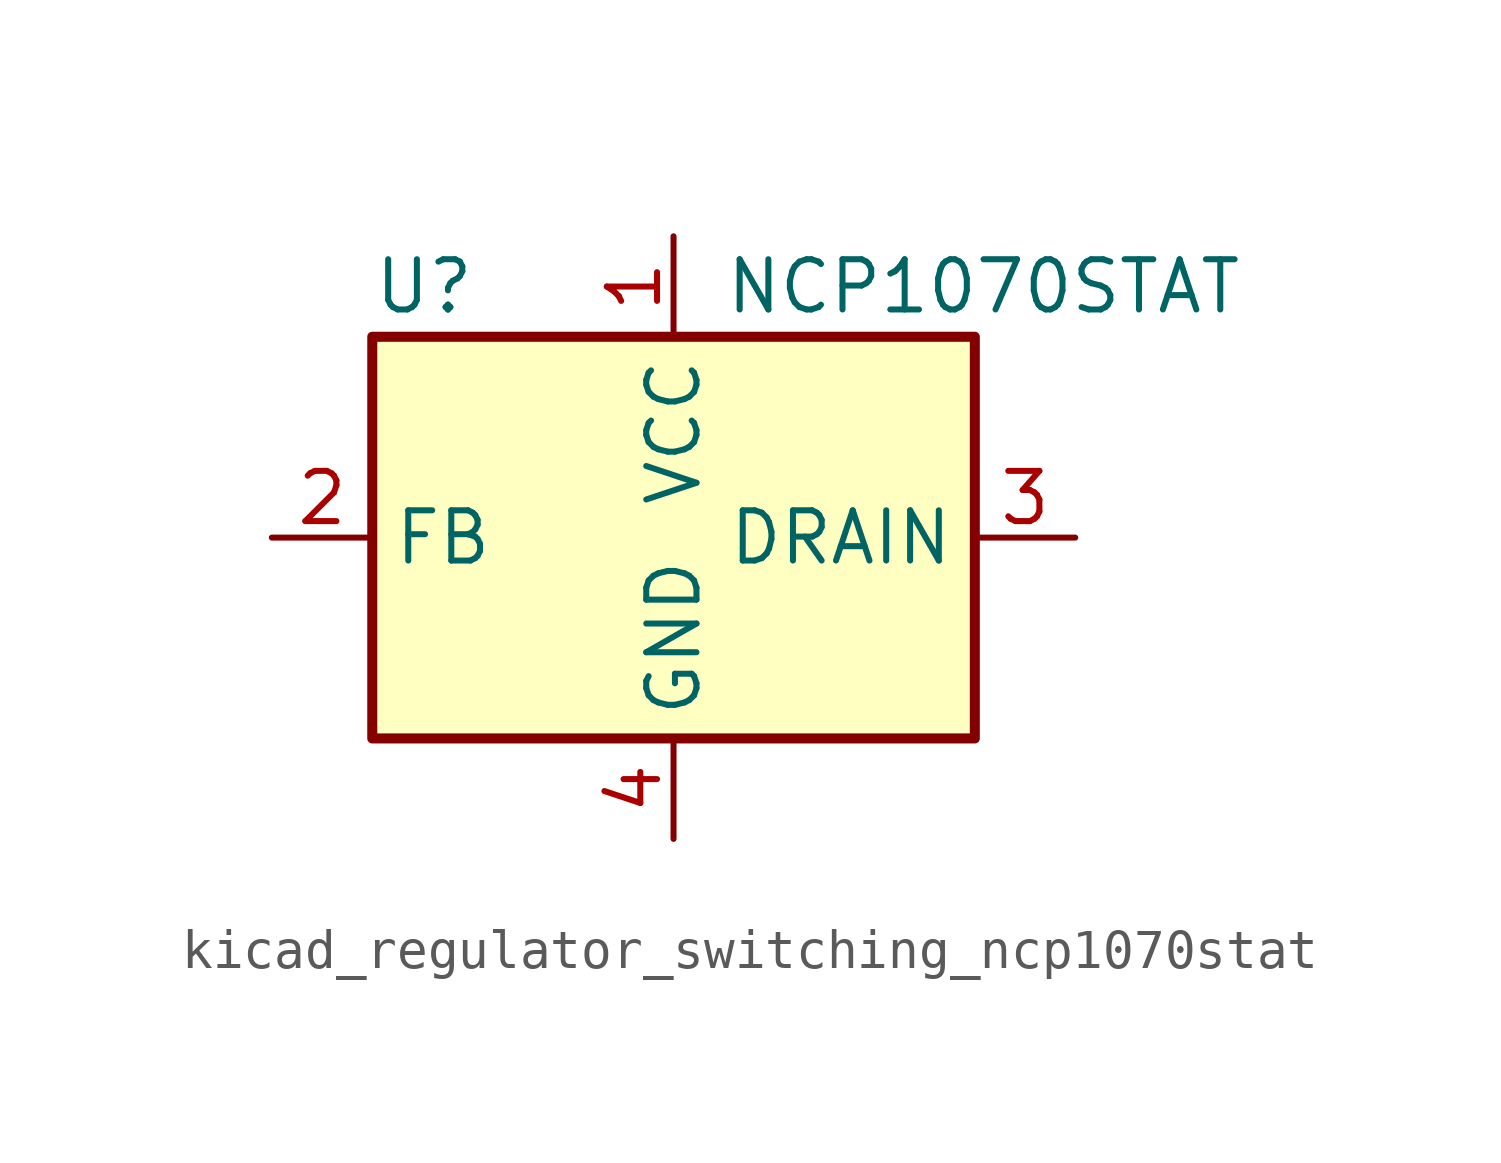
<source format=kicad_sym>
(kicad_symbol_lib
  (version 20220914)
  (generator kicad_symbol_editor)
  (symbol "kicad_regulator_switching_ncp1070stat"
    (property "Reference" "U"
      (at -7.62 6.35 0)
      (effects (font (size 1.27 1.27)) (justify left)))
    (property "Value" "NCP1070STAT"
      (at 1.27 6.35 0)
      (effects (font (size 1.27 1.27)) (justify left)))
    (symbol "kicad_regulator_switching_ncp1070stat_0_1"
      (rectangle (start -7.62 5.08) (end 7.62 -5.08) (stroke (width 0.254) (type default)) (fill (type background))))
    (symbol "kicad_regulator_switching_ncp1070stat_1_1"
      (pin power_in line (at 0 7.62 270) (length 2.54) (name "VCC" (effects (font (size 1.27 1.27)))) (number "1" (effects (font (size 1.27 1.27)))))
      (pin input line (at -10.16 0 0) (length 2.54) (name "FB" (effects (font (size 1.27 1.27)))) (number "2" (effects (font (size 1.27 1.27)))))
      (pin open_collector line (at 10.16 0 180) (length 2.54) (name "DRAIN" (effects (font (size 1.27 1.27)))) (number "3" (effects (font (size 1.27 1.27)))))
      (pin power_in line (at 0 -7.62 90) (length 2.54) (name "GND" (effects (font (size 1.27 1.27)))) (number "4" (effects (font (size 1.27 1.27))))))))
</source>
